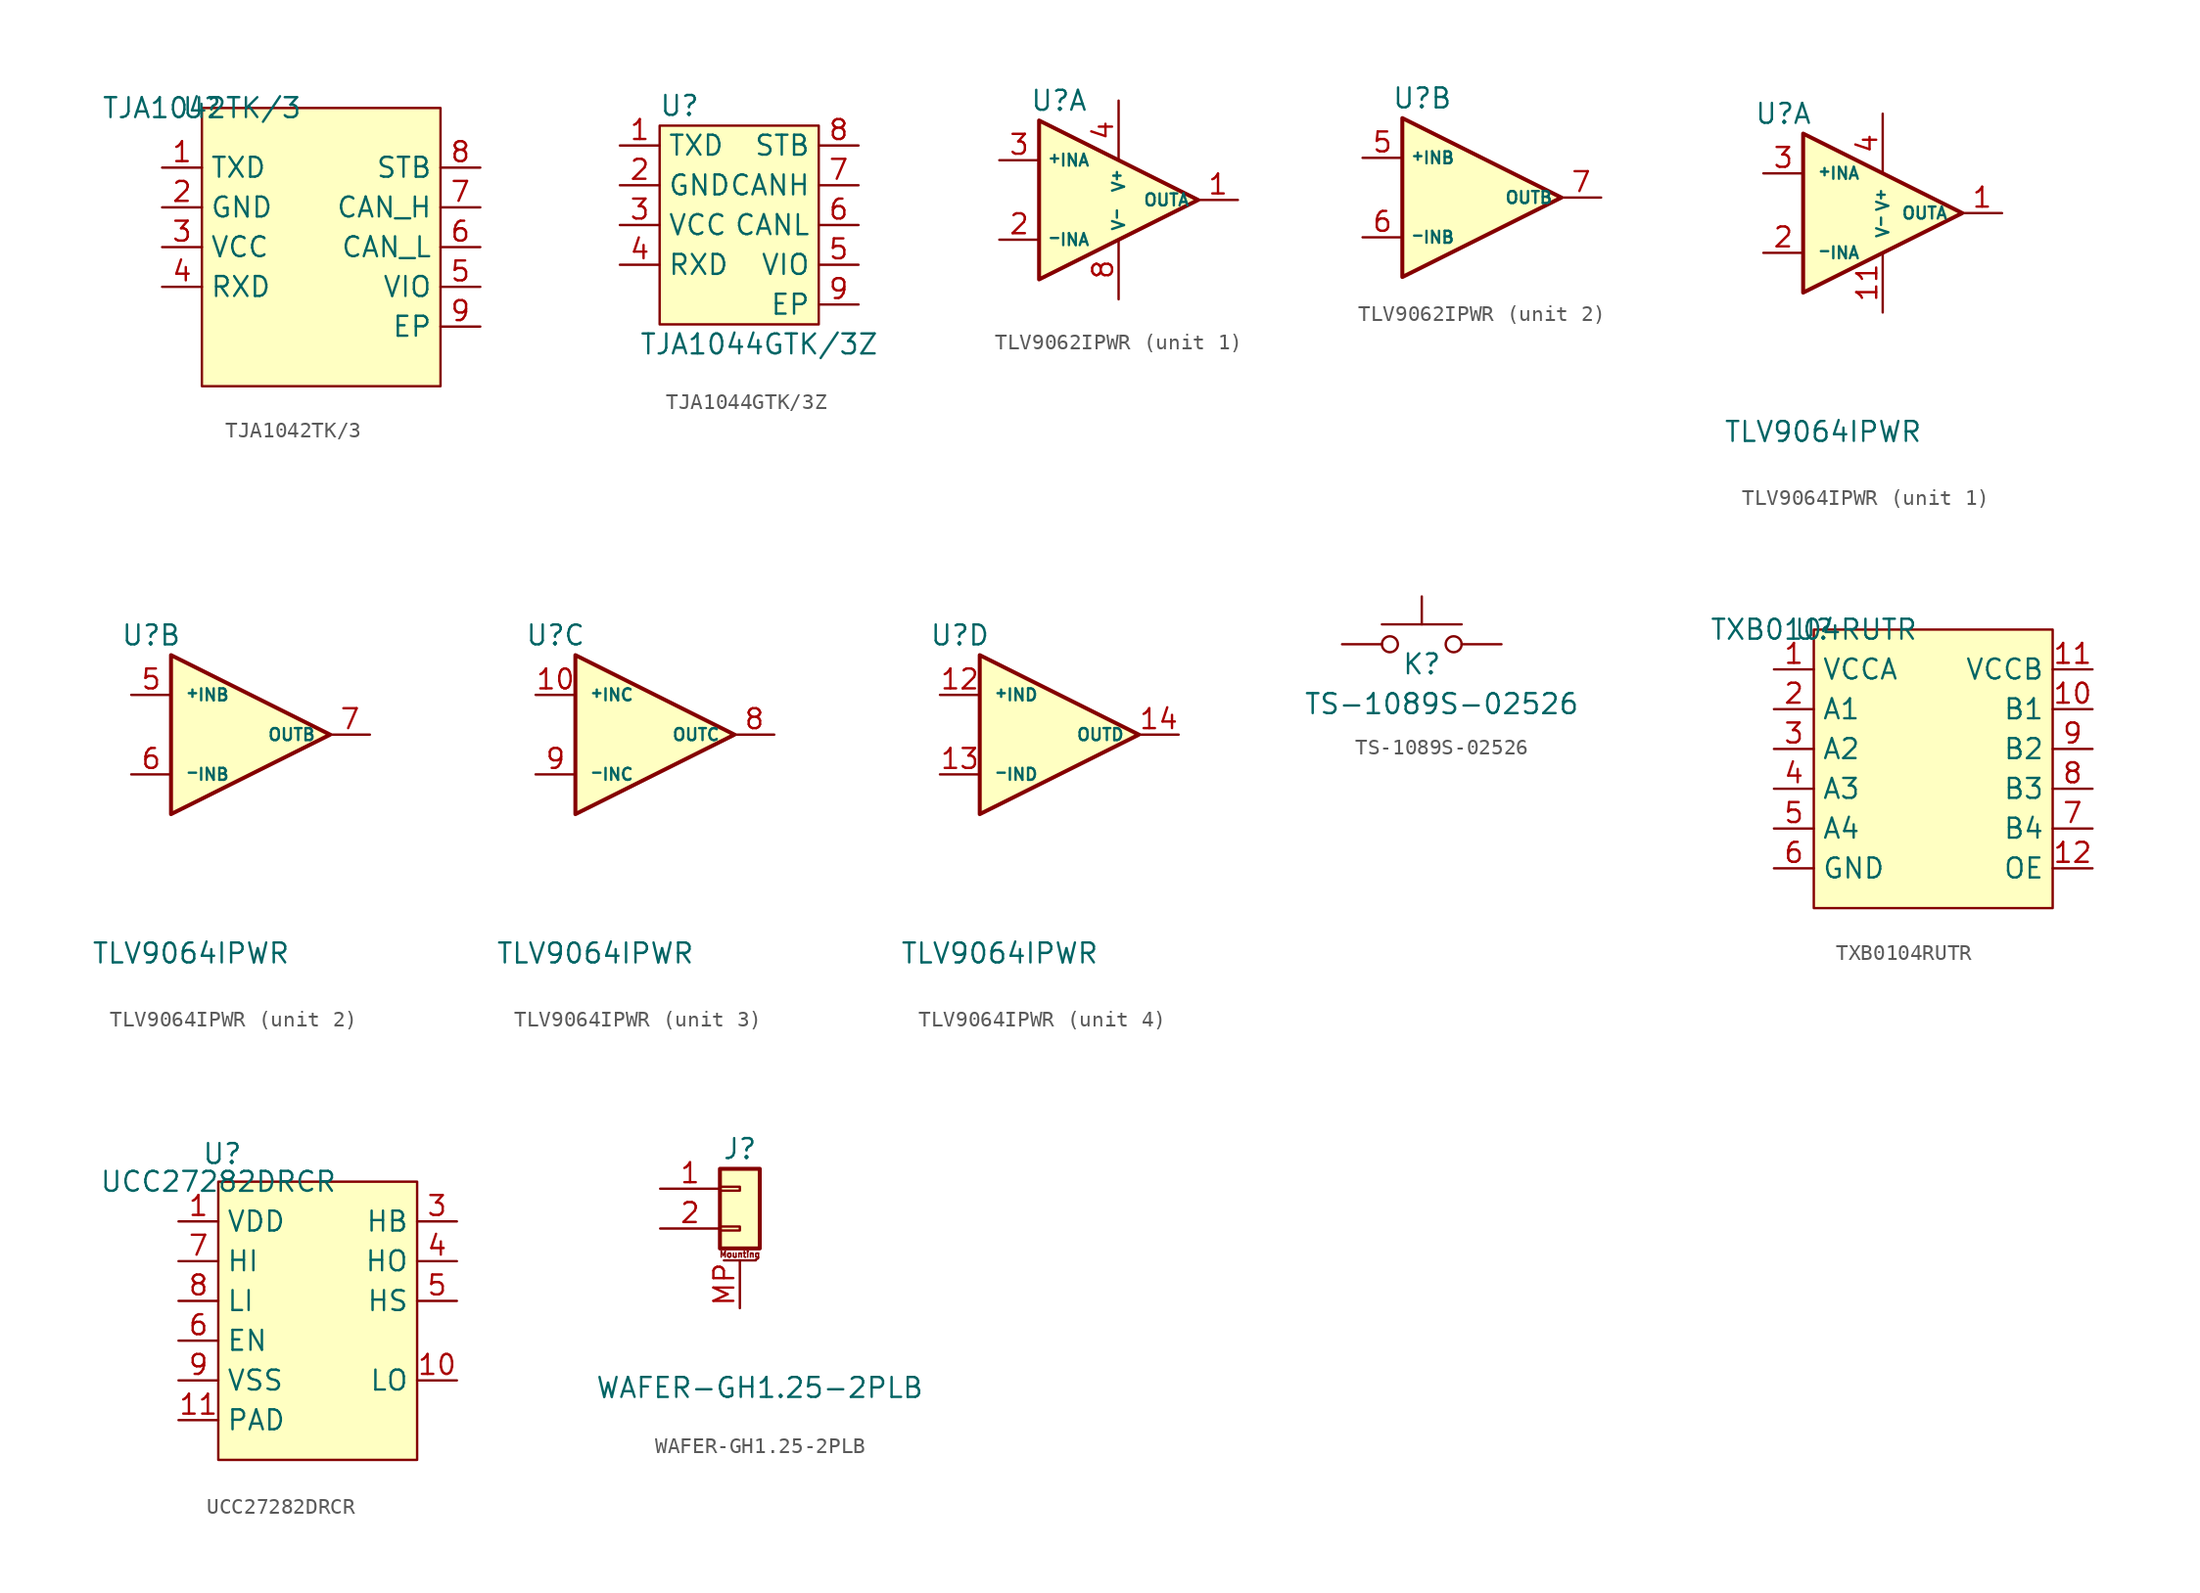
<source format=kicad_sym>
(kicad_symbol_lib
  (version 20241209)
  (generator "kicad_symbol_editor")
  (generator_version "9.0")
  (symbol "TJA1042TK/3"
    (property "Reference" "U"
      (at 0 0 0)
      (effects (font (size 1.27 1.27))))
    (property "Value" "TJA1042TK/3"
      (at 0 0 0)
      (effects (font (size 1.27 1.27))))
    (symbol "TJA1042TK/3_0_0"
      (pin input line (at -2.54 -3.81 0) (length 2.54) (name "TXD" (effects (font (size 1.27 1.27)))) (number "1" (effects (font (size 1.27 1.27)))))
      (pin power_in line (at -2.54 -6.35 0) (length 2.54) (name "GND" (effects (font (size 1.27 1.27)))) (number "2" (effects (font (size 1.27 1.27)))))
      (pin power_in line (at -2.54 -8.89 0) (length 2.54) (name "VCC" (effects (font (size 1.27 1.27)))) (number "3" (effects (font (size 1.27 1.27)))))
      (pin output line (at -2.54 -11.43 0) (length 2.54) (name "RXD" (effects (font (size 1.27 1.27)))) (number "4" (effects (font (size 1.27 1.27)))))
      (pin input line (at 17.78 -3.81 180) (length 2.54) (name "STB" (effects (font (size 1.27 1.27)))) (number "8" (effects (font (size 1.27 1.27)))))
      (pin output line (at 17.78 -6.35 180) (length 2.54) (name "CAN_H" (effects (font (size 1.27 1.27)))) (number "7" (effects (font (size 1.27 1.27)))))
      (pin output line (at 17.78 -8.89 180) (length 2.54) (name "CAN_L" (effects (font (size 1.27 1.27)))) (number "6" (effects (font (size 1.27 1.27)))))
      (pin power_in line (at 17.78 -11.43 180) (length 2.54) (name "VIO" (effects (font (size 1.27 1.27)))) (number "5" (effects (font (size 1.27 1.27))))))
    (symbol "TJA1042TK/3_1_0"
      (pin power_in line (at 17.78 -13.97 180) (length 2.54) (name "EP" (effects (font (size 1.27 1.27)))) (number "9" (effects (font (size 1.27 1.27))))))
    (symbol "TJA1042TK/3_1_1"
      (rectangle (start 0 0) (end 15.24 -17.78) (stroke (width 0) (type solid)) (fill (type background)))))
  (symbol "TJA1044GTK/3Z"
    (property "Reference" "U"
      (at 1.27 1.27 0)
      (effects (font (size 1.27 1.27))))
    (property "Value" "TJA1044GTK/3Z"
      (at 6.35 -13.97 0)
      (effects (font (size 1.27 1.27))))
    (symbol "TJA1044GTK/3Z_0_0"
      (pin input line (at -2.54 -1.27 0) (length 2.54) (name "TXD" (effects (font (size 1.27 1.27)))) (number "1" (effects (font (size 1.27 1.27)))))
      (pin power_in line (at -2.54 -3.81 0) (length 2.54) (name "GND" (effects (font (size 1.27 1.27)))) (number "2" (effects (font (size 1.27 1.27)))))
      (pin power_in line (at -2.54 -6.35 0) (length 2.54) (name "VCC" (effects (font (size 1.27 1.27)))) (number "3" (effects (font (size 1.27 1.27)))))
      (pin output line (at -2.54 -8.89 0) (length 2.54) (name "RXD" (effects (font (size 1.27 1.27)))) (number "4" (effects (font (size 1.27 1.27)))))
      (pin input line (at 12.7 -1.27 180) (length 2.54) (name "STB" (effects (font (size 1.27 1.27)))) (number "8" (effects (font (size 1.27 1.27)))))
      (pin bidirectional line (at 12.7 -3.81 180) (length 2.54) (name "CANH" (effects (font (size 1.27 1.27)))) (number "7" (effects (font (size 1.27 1.27)))))
      (pin bidirectional line (at 12.7 -6.35 180) (length 2.54) (name "CANL" (effects (font (size 1.27 1.27)))) (number "6" (effects (font (size 1.27 1.27)))))
      (pin power_in line (at 12.7 -11.43 180) (length 2.54) (name "EP" (effects (font (size 1.27 1.27)))) (number "9" (effects (font (size 1.27 1.27))))))
    (symbol "TJA1044GTK/3Z_1_0"
      (pin power_in line (at 12.7 -8.89 180) (length 2.54) (name "VIO" (effects (font (size 1.27 1.27)))) (number "5" (effects (font (size 1.27 1.27))))))
    (symbol "TJA1044GTK/3Z_1_1"
      (rectangle (start 0 0) (end 10.16 -12.7) (stroke (width 0) (type default)) (fill (type background)))))
  (symbol "TLV9062IPWR"
    (property "Reference" "U"
      (at -1.27 6.35 0)
      (effects (font (size 1.27 1.27))))
    (property "Value" ""
      (at 0 0 0)
      (effects (font (size 1.27 1.27))))
    (property "ki_locked" ""
      (at 0 0 0)
      (effects (font (size 1.27 1.27))))
    (symbol "TLV9062IPWR_0_1"
      (polyline (pts (xy -2.54 5.08) (xy 7.62 0) (xy -2.54 -5.08) (xy -2.54 5.08)) (stroke (width 0.254) (type default)) (fill (type background))))
    (symbol "TLV9062IPWR_1_1"
      (pin input line (at -5.08 2.54 0) (length 2.54) (name "^{+}INA" (effects (font (size 0.762 0.762)))) (number "3" (effects (font (size 1.27 1.27)))))
      (pin input line (at -5.08 -2.54 0) (length 2.54) (name "^{-}INA" (effects (font (size 0.762 0.762)))) (number "2" (effects (font (size 1.27 1.27)))))
      (pin power_in line (at 2.54 6.35 270) (length 3.81) (name "V^{+}" (effects (font (size 0.762 0.762)))) (number "4" (effects (font (size 1.27 1.27)))))
      (pin power_in line (at 2.54 -6.35 90) (length 3.81) (name "V^{-}" (effects (font (size 0.762 0.762)))) (number "8" (effects (font (size 1.27 1.27)))))
      (pin output line (at 10.16 0 180) (length 2.54) (name "OUTA" (effects (font (size 0.762 0.762)))) (number "1" (effects (font (size 1.27 1.27))))))
    (symbol "TLV9062IPWR_2_1"
      (pin input line (at -5.08 2.54 0) (length 2.54) (name "^{+}INB" (effects (font (size 0.762 0.762)))) (number "5" (effects (font (size 1.27 1.27)))))
      (pin input line (at -5.08 -2.54 0) (length 2.54) (name "^{-}INB" (effects (font (size 0.762 0.762)))) (number "6" (effects (font (size 1.27 1.27)))))
      (pin output line (at 10.16 0 180) (length 2.54) (name "OUTB" (effects (font (size 0.762 0.762)))) (number "7" (effects (font (size 1.27 1.27)))))))
  (symbol "TLV9064IPWR"
    (pin_names
      (offset 0.889))
    (property "Reference" "U"
      (at -2.54 6.35 0)
      (effects (font (size 1.27 1.27))))
    (property "Value" "TLV9064IPWR"
      (at 0 -13.97 0)
      (effects (font (size 1.27 1.27))))
    (property "ki_locked" ""
      (at 0 0 0)
      (effects (font (size 1.27 1.27))))
    (symbol "TLV9064IPWR_0_1"
      (polyline (pts (xy -1.27 5.08) (xy 8.89 0) (xy -1.27 -5.08) (xy -1.27 5.08)) (stroke (width 0.254) (type default)) (fill (type background))))
    (symbol "TLV9064IPWR_1_1"
      (pin input line (at -3.81 2.54 0) (length 2.54) (name "^{+}INA" (effects (font (size 0.762 0.762)))) (number "3" (effects (font (size 1.27 1.27)))))
      (pin input line (at -3.81 -2.54 0) (length 2.54) (name "^{-}INA" (effects (font (size 0.762 0.762)))) (number "2" (effects (font (size 1.27 1.27)))))
      (pin power_in line (at 3.81 6.35 270) (length 3.81) (name "V^{+}" (effects (font (size 0.762 0.762)))) (number "4" (effects (font (size 1.27 1.27)))))
      (pin power_in line (at 3.81 -6.35 90) (length 3.81) (name "V^{-}" (effects (font (size 0.762 0.762)))) (number "11" (effects (font (size 1.27 1.27)))))
      (pin output line (at 11.43 0 180) (length 2.54) (name "OUTA" (effects (font (size 0.762 0.762)))) (number "1" (effects (font (size 1.27 1.27))))))
    (symbol "TLV9064IPWR_2_1"
      (pin input line (at -3.81 2.54 0) (length 2.54) (name "^{+}INB" (effects (font (size 0.762 0.762)))) (number "5" (effects (font (size 1.27 1.27)))))
      (pin input line (at -3.81 -2.54 0) (length 2.54) (name "^{-}INB" (effects (font (size 0.762 0.762)))) (number "6" (effects (font (size 1.27 1.27)))))
      (pin output line (at 11.43 0 180) (length 2.54) (name "OUTB" (effects (font (size 0.762 0.762)))) (number "7" (effects (font (size 1.27 1.27))))))
    (symbol "TLV9064IPWR_3_1"
      (pin input line (at -3.81 2.54 0) (length 2.54) (name "^{+}INC" (effects (font (size 0.762 0.762)))) (number "10" (effects (font (size 1.27 1.27)))))
      (pin input line (at -3.81 -2.54 0) (length 2.54) (name "^{-}INC" (effects (font (size 0.762 0.762)))) (number "9" (effects (font (size 1.27 1.27)))))
      (pin output line (at 11.43 0 180) (length 2.54) (name "OUTC" (effects (font (size 0.762 0.762)))) (number "8" (effects (font (size 1.27 1.27))))))
    (symbol "TLV9064IPWR_4_1"
      (pin input line (at -3.81 2.54 0) (length 2.54) (name "^{+}IND" (effects (font (size 0.762 0.762)))) (number "12" (effects (font (size 1.27 1.27)))))
      (pin input line (at -3.81 -2.54 0) (length 2.54) (name "^{-}IND" (effects (font (size 0.762 0.762)))) (number "13" (effects (font (size 1.27 1.27)))))
      (pin output line (at 11.43 0 180) (length 2.54) (name "OUTD" (effects (font (size 0.762 0.762)))) (number "14" (effects (font (size 1.27 1.27)))))))
  (symbol "TS-1089S-02526"
    (pin_numbers
      (hide yes))
    (pin_names
      (hide yes))
    (property "Reference" "K"
      (at 0 -1.27 0)
      (effects (font (size 1.27 1.27))))
    (property "Value" "TS-1089S-02526"
      (at 1.27 -3.81 0)
      (effects (font (size 1.27 1.27))))
    (symbol "TS-1089S-02526_0_1"
      (circle (center -2.032 0) (radius 0.508) (stroke (width 0) (type default)) (fill (type none)))
      (polyline (pts (xy 0 1.27) (xy 0 3.048)) (stroke (width 0) (type default)) (fill (type none)))
      (circle (center 2.032 0) (radius 0.508) (stroke (width 0) (type default)) (fill (type none)))
      (polyline (pts (xy 2.54 1.27) (xy -2.54 1.27)) (stroke (width 0) (type default)) (fill (type none)))
      (pin passive line (at -5.08 0 0) (length 2.54) (name "1" (effects (font (size 1.27 1.27)))) (number "1" (effects (font (size 1.27 1.27)))))
      (pin passive line (at 5.08 0 180) (length 2.54) (name "2" (effects (font (size 1.27 1.27)))) (number "2" (effects (font (size 1.27 1.27)))))))
  (symbol "TXB0104RUTR"
    (property "Reference" "U"
      (at 0 0 0)
      (effects (font (size 1.27 1.27))))
    (property "Value" "TXB0104RUTR"
      (at 0 0 0)
      (effects (font (size 1.27 1.27))))
    (symbol "TXB0104RUTR_0_0"
      (pin power_in line (at -2.54 -2.54 0) (length 2.54) (name "VCCA" (effects (font (size 1.27 1.27)))) (number "1" (effects (font (size 1.27 1.27)))))
      (pin bidirectional line (at -2.54 -5.08 0) (length 2.54) (name "A1" (effects (font (size 1.27 1.27)))) (number "2" (effects (font (size 1.27 1.27)))))
      (pin bidirectional line (at -2.54 -7.62 0) (length 2.54) (name "A2" (effects (font (size 1.27 1.27)))) (number "3" (effects (font (size 1.27 1.27)))))
      (pin bidirectional line (at -2.54 -10.16 0) (length 2.54) (name "A3" (effects (font (size 1.27 1.27)))) (number "4" (effects (font (size 1.27 1.27)))))
      (pin bidirectional line (at -2.54 -12.7 0) (length 2.54) (name "A4" (effects (font (size 1.27 1.27)))) (number "5" (effects (font (size 1.27 1.27)))))
      (pin power_in line (at -2.54 -15.24 0) (length 2.54) (name "GND" (effects (font (size 1.27 1.27)))) (number "6" (effects (font (size 1.27 1.27)))))
      (pin power_in line (at 17.78 -2.54 180) (length 2.54) (name "VCCB" (effects (font (size 1.27 1.27)))) (number "11" (effects (font (size 1.27 1.27)))))
      (pin bidirectional line (at 17.78 -5.08 180) (length 2.54) (name "B1" (effects (font (size 1.27 1.27)))) (number "10" (effects (font (size 1.27 1.27)))))
      (pin bidirectional line (at 17.78 -7.62 180) (length 2.54) (name "B2" (effects (font (size 1.27 1.27)))) (number "9" (effects (font (size 1.27 1.27)))))
      (pin bidirectional line (at 17.78 -10.16 180) (length 2.54) (name "B3" (effects (font (size 1.27 1.27)))) (number "8" (effects (font (size 1.27 1.27)))))
      (pin bidirectional line (at 17.78 -12.7 180) (length 2.54) (name "B4" (effects (font (size 1.27 1.27)))) (number "7" (effects (font (size 1.27 1.27)))))
      (pin input line (at 17.78 -15.24 180) (length 2.54) (name "OE" (effects (font (size 1.27 1.27)))) (number "12" (effects (font (size 1.27 1.27))))))
    (symbol "TXB0104RUTR_1_1"
      (rectangle (start 0 0) (end 15.24 -17.78) (stroke (width 0) (type solid)) (fill (type background)))))
  (symbol "UCC27282DRCR"
    (property "Reference" "U"
      (at 0.254 1.778 0)
      (effects (font (size 1.27 1.27))))
    (property "Value" "UCC27282DRCR"
      (at 0 0 0)
      (effects (font (size 1.27 1.27))))
    (symbol "UCC27282DRCR_0_0"
      (pin power_in line (at -2.54 -2.54 0) (length 2.54) (name "VDD" (effects (font (size 1.27 1.27)))) (number "1" (effects (font (size 1.27 1.27)))))
      (pin input line (at -2.54 -5.08 0) (length 2.54) (name "HI" (effects (font (size 1.27 1.27)))) (number "7" (effects (font (size 1.27 1.27)))))
      (pin input line (at -2.54 -7.62 0) (length 2.54) (name "LI" (effects (font (size 1.27 1.27)))) (number "8" (effects (font (size 1.27 1.27)))))
      (pin input line (at -2.54 -10.16 0) (length 2.54) (name "EN" (effects (font (size 1.27 1.27)))) (number "6" (effects (font (size 1.27 1.27)))))
      (pin power_in line (at -2.54 -12.7 0) (length 2.54) (name "VSS" (effects (font (size 1.27 1.27)))) (number "9" (effects (font (size 1.27 1.27)))))
      (pin output line (at 15.24 -2.54 180) (length 2.54) (name "HB" (effects (font (size 1.27 1.27)))) (number "3" (effects (font (size 1.27 1.27)))))
      (pin output line (at 15.24 -5.08 180) (length 2.54) (name "HO" (effects (font (size 1.27 1.27)))) (number "4" (effects (font (size 1.27 1.27)))))
      (pin output line (at 15.24 -7.62 180) (length 2.54) (name "HS" (effects (font (size 1.27 1.27)))) (number "5" (effects (font (size 1.27 1.27)))))
      (pin unspecified line (at 15.24 -12.7 180) (length 2.54) (name "LO" (effects (font (size 1.27 1.27)))) (number "10" (effects (font (size 1.27 1.27))))))
    (symbol "UCC27282DRCR_1_0"
      (pin unspecified line (at -2.54 -15.24 0) (length 2.54) (name "PAD" (effects (font (size 1.27 1.27)))) (number "11" (effects (font (size 1.27 1.27)))))
      (pin no_connect line (at 15.24 -15.24 180) (length 2.54) (hide yes) (name "NC" (effects (font (size 1.27 1.27)))) (number "2" (effects (font (size 1.27 1.27))))))
    (symbol "UCC27282DRCR_1_1"
      (rectangle (start 0 0) (end 12.7 -17.78) (stroke (width 0) (type solid)) (fill (type background)))))
  (symbol "WAFER-GH1.25-2PLB"
    (pin_names
      (hide yes))
    (property "Reference" "J"
      (at 0 3.81 0)
      (effects (font (size 1.27 1.27))))
    (property "Value" "WAFER-GH1.25-2PLB"
      (at 1.27 -11.43 0)
      (effects (font (size 1.27 1.27))))
    (symbol "WAFER-GH1.25-2PLB_1_1"
      (rectangle (start -1.27 2.54) (end 1.27 -2.54) (stroke (width 0.254) (type default)) (fill (type background)))
      (rectangle (start -1.27 1.397) (end 0 1.143) (stroke (width 0.152) (type default)) (fill (type none)))
      (rectangle (start -1.27 -1.143) (end 0 -1.397) (stroke (width 0.152) (type default)) (fill (type none)))
      (polyline (pts (xy -1.016 -3.302) (xy 1.016 -3.302)) (stroke (width 0.152) (type default)) (fill (type none)))
      (text "Mounting" (at 0 -2.921 0) (effects (font (size 0.381 0.381))))
      (pin passive line (at -5.08 1.27 0) (length 3.81) (name "Pin_1" (effects (font (size 1.27 1.27)))) (number "1" (effects (font (size 1.27 1.27)))))
      (pin passive line (at -5.08 -1.27 0) (length 3.81) (name "Pin_2" (effects (font (size 1.27 1.27)))) (number "2" (effects (font (size 1.27 1.27)))))
      (pin passive line (at 0 -6.35 90) (length 3.048) (name "MountPin" (effects (font (size 1.27 1.27)))) (number "MP" (effects (font (size 1.27 1.27))))))))
</source>
